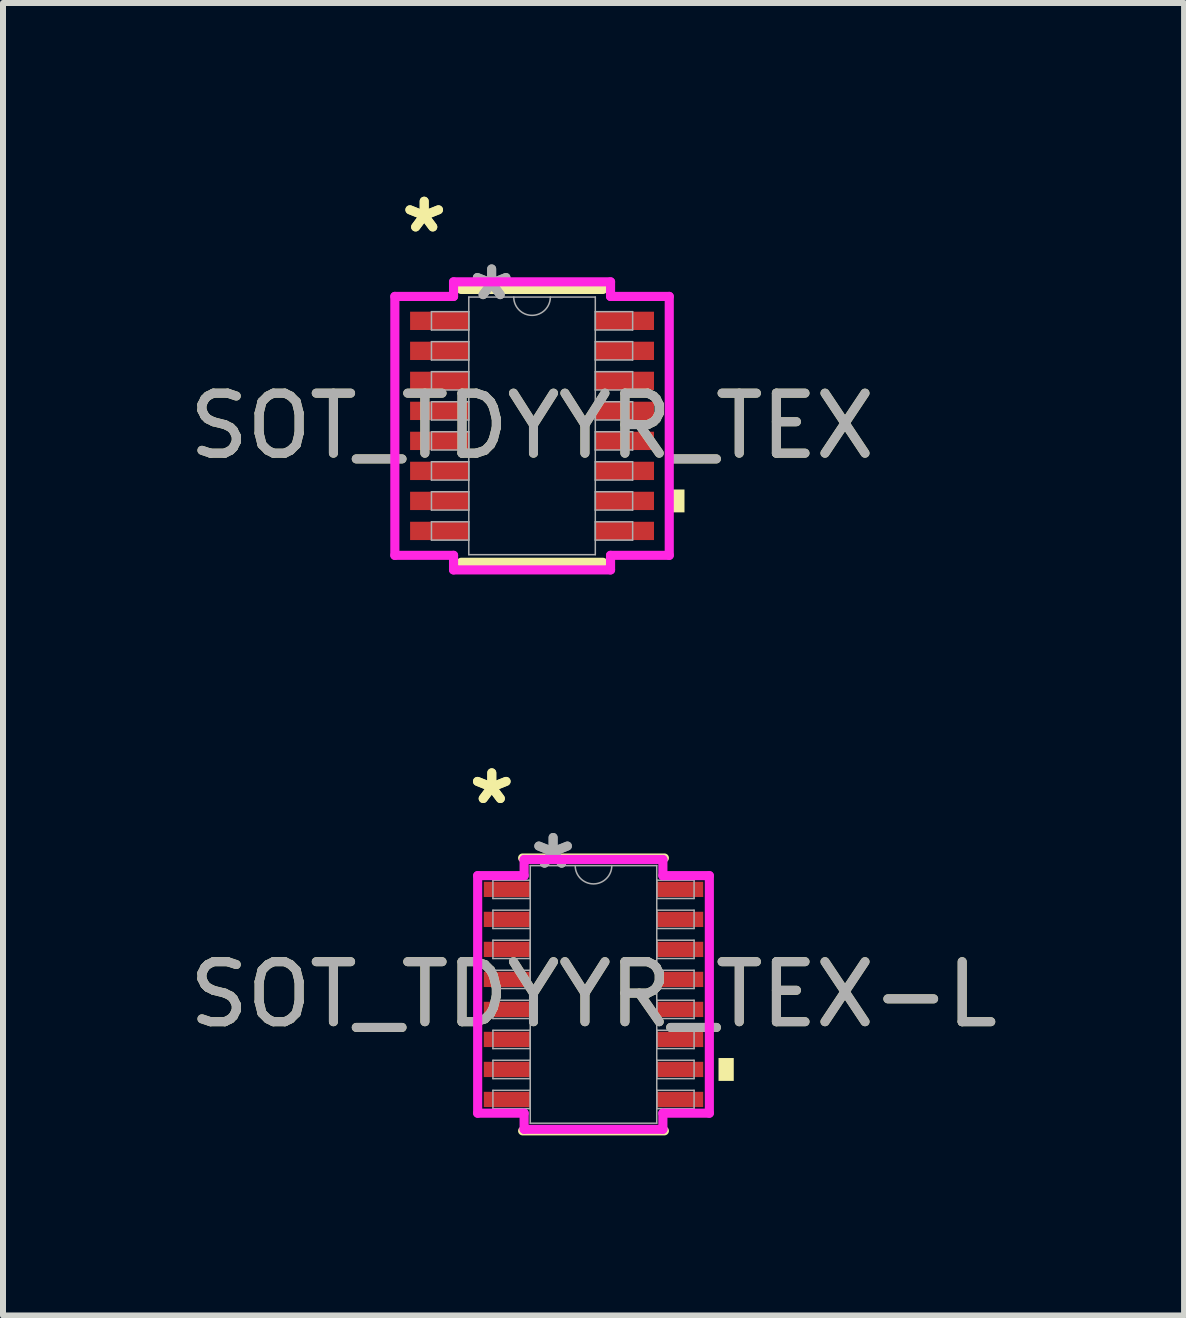
<source format=kicad_pcb>
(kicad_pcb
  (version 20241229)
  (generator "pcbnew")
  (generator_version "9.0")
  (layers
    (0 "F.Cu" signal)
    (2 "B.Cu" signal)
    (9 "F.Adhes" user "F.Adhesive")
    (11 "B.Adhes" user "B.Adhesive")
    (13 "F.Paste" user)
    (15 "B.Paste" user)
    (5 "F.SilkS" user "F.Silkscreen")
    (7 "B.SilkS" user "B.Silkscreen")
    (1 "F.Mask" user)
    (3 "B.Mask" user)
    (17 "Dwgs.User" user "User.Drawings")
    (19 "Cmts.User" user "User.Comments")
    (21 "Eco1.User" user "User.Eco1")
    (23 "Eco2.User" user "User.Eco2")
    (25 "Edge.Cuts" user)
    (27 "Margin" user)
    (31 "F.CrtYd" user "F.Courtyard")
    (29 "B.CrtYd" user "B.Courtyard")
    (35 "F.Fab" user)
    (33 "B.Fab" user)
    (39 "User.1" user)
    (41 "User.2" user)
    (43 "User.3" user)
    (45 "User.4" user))
  (footprint "SOT_TDYYR_TEX"
    (layer "F.Cu")
    (at 5.815 4.046)
    (property "Reference" "SOT_TDYYR_TEX" (at 0 0 0) (unlocked yes) (layer "F.SilkS") (effects (font (size 1 1) (thickness 0.15))))
    (attr smd)
    (fp_line (start -1.181 2.273) (end 1.181 2.273) (stroke (width 0.152) (type solid)) (layer "F.SilkS"))
    (fp_line (start 1.181 -2.273) (end -1.181 -2.273) (stroke (width 0.152) (type solid)) (layer "F.SilkS"))
    (fp_poly (pts (xy 2.54 1.06) (xy 2.54 1.441) (xy 2.286 1.441) (xy 2.286 1.06)) (stroke (width 0) (type solid)) (fill yes) (layer "F.SilkS"))
    (fp_line (start -2.286 -2.157) (end -1.308 -2.157) (stroke (width 0.152) (type solid)) (layer "F.CrtYd"))
    (fp_line (start -2.286 2.157) (end -2.286 -2.157) (stroke (width 0.152) (type solid)) (layer "F.CrtYd"))
    (fp_line (start -2.286 2.157) (end -1.308 2.157) (stroke (width 0.152) (type solid)) (layer "F.CrtYd"))
    (fp_line (start -1.308 -2.4) (end 1.308 -2.4) (stroke (width 0.152) (type solid)) (layer "F.CrtYd"))
    (fp_line (start -1.308 -2.157) (end -1.308 -2.4) (stroke (width 0.152) (type solid)) (layer "F.CrtYd"))
    (fp_line (start -1.308 2.4) (end -1.308 2.157) (stroke (width 0.152) (type solid)) (layer "F.CrtYd"))
    (fp_line (start 1.308 -2.4) (end 1.308 -2.157) (stroke (width 0.152) (type solid)) (layer "F.CrtYd"))
    (fp_line (start 1.308 2.157) (end 1.308 2.4) (stroke (width 0.152) (type solid)) (layer "F.CrtYd"))
    (fp_line (start 1.308 2.4) (end -1.308 2.4) (stroke (width 0.152) (type solid)) (layer "F.CrtYd"))
    (fp_line (start 2.286 -2.157) (end 1.308 -2.157) (stroke (width 0.152) (type solid)) (layer "F.CrtYd"))
    (fp_line (start 2.286 -2.157) (end 2.286 2.157) (stroke (width 0.152) (type solid)) (layer "F.CrtYd"))
    (fp_line (start 2.286 2.157) (end 1.308 2.157) (stroke (width 0.152) (type solid)) (layer "F.CrtYd"))
    (fp_line (start -1.676 -1.903) (end -1.676 -1.598) (stroke (width 0.025) (type solid)) (layer "F.Fab"))
    (fp_line (start -1.676 -1.598) (end -1.054 -1.598) (stroke (width 0.025) (type solid)) (layer "F.Fab"))
    (fp_line (start -1.676 -1.403) (end -1.676 -1.098) (stroke (width 0.025) (type solid)) (layer "F.Fab"))
    (fp_line (start -1.676 -1.098) (end -1.054 -1.098) (stroke (width 0.025) (type solid)) (layer "F.Fab"))
    (fp_line (start -1.676 -0.903) (end -1.676 -0.598) (stroke (width 0.025) (type solid)) (layer "F.Fab"))
    (fp_line (start -1.676 -0.598) (end -1.054 -0.598) (stroke (width 0.025) (type solid)) (layer "F.Fab"))
    (fp_line (start -1.676 -0.402) (end -1.676 -0.098) (stroke (width 0.025) (type solid)) (layer "F.Fab"))
    (fp_line (start -1.676 -0.098) (end -1.054 -0.098) (stroke (width 0.025) (type solid)) (layer "F.Fab"))
    (fp_line (start -1.676 0.098) (end -1.676 0.402) (stroke (width 0.025) (type solid)) (layer "F.Fab"))
    (fp_line (start -1.676 0.402) (end -1.054 0.402) (stroke (width 0.025) (type solid)) (layer "F.Fab"))
    (fp_line (start -1.676 0.598) (end -1.676 0.903) (stroke (width 0.025) (type solid)) (layer "F.Fab"))
    (fp_line (start -1.676 0.903) (end -1.054 0.903) (stroke (width 0.025) (type solid)) (layer "F.Fab"))
    (fp_line (start -1.676 1.098) (end -1.676 1.403) (stroke (width 0.025) (type solid)) (layer "F.Fab"))
    (fp_line (start -1.676 1.403) (end -1.054 1.403) (stroke (width 0.025) (type solid)) (layer "F.Fab"))
    (fp_line (start -1.676 1.598) (end -1.676 1.903) (stroke (width 0.025) (type solid)) (layer "F.Fab"))
    (fp_line (start -1.676 1.903) (end -1.054 1.903) (stroke (width 0.025) (type solid)) (layer "F.Fab"))
    (fp_line (start -1.054 -2.146) (end -1.054 2.146) (stroke (width 0.025) (type solid)) (layer "F.Fab"))
    (fp_line (start -1.054 -1.903) (end -1.676 -1.903) (stroke (width 0.025) (type solid)) (layer "F.Fab"))
    (fp_line (start -1.054 -1.598) (end -1.054 -1.903) (stroke (width 0.025) (type solid)) (layer "F.Fab"))
    (fp_line (start -1.054 -1.403) (end -1.676 -1.403) (stroke (width 0.025) (type solid)) (layer "F.Fab"))
    (fp_line (start -1.054 -1.098) (end -1.054 -1.403) (stroke (width 0.025) (type solid)) (layer "F.Fab"))
    (fp_line (start -1.054 -0.903) (end -1.676 -0.903) (stroke (width 0.025) (type solid)) (layer "F.Fab"))
    (fp_line (start -1.054 -0.598) (end -1.054 -0.903) (stroke (width 0.025) (type solid)) (layer "F.Fab"))
    (fp_line (start -1.054 -0.402) (end -1.676 -0.402) (stroke (width 0.025) (type solid)) (layer "F.Fab"))
    (fp_line (start -1.054 -0.098) (end -1.054 -0.402) (stroke (width 0.025) (type solid)) (layer "F.Fab"))
    (fp_line (start -1.054 0.098) (end -1.676 0.098) (stroke (width 0.025) (type solid)) (layer "F.Fab"))
    (fp_line (start -1.054 0.402) (end -1.054 0.098) (stroke (width 0.025) (type solid)) (layer "F.Fab"))
    (fp_line (start -1.054 0.598) (end -1.676 0.598) (stroke (width 0.025) (type solid)) (layer "F.Fab"))
    (fp_line (start -1.054 0.903) (end -1.054 0.598) (stroke (width 0.025) (type solid)) (layer "F.Fab"))
    (fp_line (start -1.054 1.098) (end -1.676 1.098) (stroke (width 0.025) (type solid)) (layer "F.Fab"))
    (fp_line (start -1.054 1.403) (end -1.054 1.098) (stroke (width 0.025) (type solid)) (layer "F.Fab"))
    (fp_line (start -1.054 1.598) (end -1.676 1.598) (stroke (width 0.025) (type solid)) (layer "F.Fab"))
    (fp_line (start -1.054 1.903) (end -1.054 1.598) (stroke (width 0.025) (type solid)) (layer "F.Fab"))
    (fp_line (start -1.054 2.146) (end 1.054 2.146) (stroke (width 0.025) (type solid)) (layer "F.Fab"))
    (fp_line (start 1.054 -2.146) (end -1.054 -2.146) (stroke (width 0.025) (type solid)) (layer "F.Fab"))
    (fp_line (start 1.054 -1.903) (end 1.054 -1.598) (stroke (width 0.025) (type solid)) (layer "F.Fab"))
    (fp_line (start 1.054 -1.598) (end 1.676 -1.598) (stroke (width 0.025) (type solid)) (layer "F.Fab"))
    (fp_line (start 1.054 -1.403) (end 1.054 -1.098) (stroke (width 0.025) (type solid)) (layer "F.Fab"))
    (fp_line (start 1.054 -1.098) (end 1.676 -1.098) (stroke (width 0.025) (type solid)) (layer "F.Fab"))
    (fp_line (start 1.054 -0.903) (end 1.054 -0.598) (stroke (width 0.025) (type solid)) (layer "F.Fab"))
    (fp_line (start 1.054 -0.598) (end 1.676 -0.598) (stroke (width 0.025) (type solid)) (layer "F.Fab"))
    (fp_line (start 1.054 -0.402) (end 1.054 -0.098) (stroke (width 0.025) (type solid)) (layer "F.Fab"))
    (fp_line (start 1.054 -0.098) (end 1.676 -0.098) (stroke (width 0.025) (type solid)) (layer "F.Fab"))
    (fp_line (start 1.054 0.098) (end 1.054 0.402) (stroke (width 0.025) (type solid)) (layer "F.Fab"))
    (fp_line (start 1.054 0.402) (end 1.676 0.402) (stroke (width 0.025) (type solid)) (layer "F.Fab"))
    (fp_line (start 1.054 0.598) (end 1.054 0.903) (stroke (width 0.025) (type solid)) (layer "F.Fab"))
    (fp_line (start 1.054 0.903) (end 1.676 0.903) (stroke (width 0.025) (type solid)) (layer "F.Fab"))
    (fp_line (start 1.054 1.098) (end 1.054 1.403) (stroke (width 0.025) (type solid)) (layer "F.Fab"))
    (fp_line (start 1.054 1.403) (end 1.676 1.403) (stroke (width 0.025) (type solid)) (layer "F.Fab"))
    (fp_line (start 1.054 1.598) (end 1.054 1.903) (stroke (width 0.025) (type solid)) (layer "F.Fab"))
    (fp_line (start 1.054 1.903) (end 1.676 1.903) (stroke (width 0.025) (type solid)) (layer "F.Fab"))
    (fp_line (start 1.054 2.146) (end 1.054 -2.146) (stroke (width 0.025) (type solid)) (layer "F.Fab"))
    (fp_line (start 1.676 -1.903) (end 1.054 -1.903) (stroke (width 0.025) (type solid)) (layer "F.Fab"))
    (fp_line (start 1.676 -1.598) (end 1.676 -1.903) (stroke (width 0.025) (type solid)) (layer "F.Fab"))
    (fp_line (start 1.676 -1.403) (end 1.054 -1.403) (stroke (width 0.025) (type solid)) (layer "F.Fab"))
    (fp_line (start 1.676 -1.098) (end 1.676 -1.403) (stroke (width 0.025) (type solid)) (layer "F.Fab"))
    (fp_line (start 1.676 -0.903) (end 1.054 -0.903) (stroke (width 0.025) (type solid)) (layer "F.Fab"))
    (fp_line (start 1.676 -0.598) (end 1.676 -0.903) (stroke (width 0.025) (type solid)) (layer "F.Fab"))
    (fp_line (start 1.676 -0.402) (end 1.054 -0.402) (stroke (width 0.025) (type solid)) (layer "F.Fab"))
    (fp_line (start 1.676 -0.098) (end 1.676 -0.402) (stroke (width 0.025) (type solid)) (layer "F.Fab"))
    (fp_line (start 1.676 0.098) (end 1.054 0.098) (stroke (width 0.025) (type solid)) (layer "F.Fab"))
    (fp_line (start 1.676 0.402) (end 1.676 0.098) (stroke (width 0.025) (type solid)) (layer "F.Fab"))
    (fp_line (start 1.676 0.598) (end 1.054 0.598) (stroke (width 0.025) (type solid)) (layer "F.Fab"))
    (fp_line (start 1.676 0.903) (end 1.676 0.598) (stroke (width 0.025) (type solid)) (layer "F.Fab"))
    (fp_line (start 1.676 1.098) (end 1.054 1.098) (stroke (width 0.025) (type solid)) (layer "F.Fab"))
    (fp_line (start 1.676 1.403) (end 1.676 1.098) (stroke (width 0.025) (type solid)) (layer "F.Fab"))
    (fp_line (start 1.676 1.598) (end 1.054 1.598) (stroke (width 0.025) (type solid)) (layer "F.Fab"))
    (fp_line (start 1.676 1.903) (end 1.676 1.598) (stroke (width 0.025) (type solid)) (layer "F.Fab"))
    (fp_arc (start 0.3048 -2.1463) (mid 0 -1.8415) (end -0.3048 -2.1463) (stroke (width 0.0254) (type solid)) (layer "F.Fab"))
    (fp_text user "*" (at -1.797 -3.198 0) (layer "F.SilkS") (effects (font (size 1 1) (thickness 0.15))))
    (fp_text user "*" (at -1.797 -3.198 0) (unlocked yes) (layer "F.SilkS") (effects (font (size 1 1) (thickness 0.15))))
    (fp_text user "*" (at -0.673 -2.07 0) (layer "F.Fab") (effects (font (size 1 1) (thickness 0.15))))
    (fp_text user "*" (at -0.673 -2.07 0) (unlocked yes) (layer "F.Fab") (effects (font (size 1 1) (thickness 0.15))))
    (fp_text user "${REFERENCE}" (at 0 0 0) (unlocked yes) (layer "F.Fab") (effects (font (size 1 1) (thickness 0.15))))
    (pad "1" smd rect (at -1.543 -1.75) (size 0.978 0.305) (layers "F.Cu" "F.Mask" "F.Paste"))
    (pad "2" smd rect (at -1.543 -1.25) (size 0.978 0.305) (layers "F.Cu" "F.Mask" "F.Paste"))
    (pad "3" smd rect (at -1.543 -0.75) (size 0.978 0.305) (layers "F.Cu" "F.Mask" "F.Paste"))
    (pad "4" smd rect (at -1.543 -0.25) (size 0.978 0.305) (layers "F.Cu" "F.Mask" "F.Paste"))
    (pad "5" smd rect (at -1.543 0.25) (size 0.978 0.305) (layers "F.Cu" "F.Mask" "F.Paste"))
    (pad "6" smd rect (at -1.543 0.75) (size 0.978 0.305) (layers "F.Cu" "F.Mask" "F.Paste"))
    (pad "7" smd rect (at -1.543 1.25) (size 0.978 0.305) (layers "F.Cu" "F.Mask" "F.Paste"))
    (pad "8" smd rect (at -1.543 1.75) (size 0.978 0.305) (layers "F.Cu" "F.Mask" "F.Paste"))
    (pad "9" smd rect (at 1.543 1.75) (size 0.978 0.305) (layers "F.Cu" "F.Mask" "F.Paste"))
    (pad "10" smd rect (at 1.543 1.25) (size 0.978 0.305) (layers "F.Cu" "F.Mask" "F.Paste"))
    (pad "11" smd rect (at 1.543 0.75) (size 0.978 0.305) (layers "F.Cu" "F.Mask" "F.Paste"))
    (pad "12" smd rect (at 1.543 0.25) (size 0.978 0.305) (layers "F.Cu" "F.Mask" "F.Paste"))
    (pad "13" smd rect (at 1.543 -0.25) (size 0.978 0.305) (layers "F.Cu" "F.Mask" "F.Paste"))
    (pad "14" smd rect (at 1.543 -0.75) (size 0.978 0.305) (layers "F.Cu" "F.Mask" "F.Paste"))
    (pad "15" smd rect (at 1.543 -1.25) (size 0.978 0.305) (layers "F.Cu" "F.Mask" "F.Paste"))
    (pad "16" smd rect (at 1.543 -1.75) (size 0.978 0.305) (layers "F.Cu" "F.Mask" "F.Paste")))
  (footprint "SOT_TDYYR_TEX-L"
    (layer "F.Cu")
    (at 6.839 13.519)
    (property "Reference" "SOT_TDYYR_TEX-L" (at 0 0 0) (unlocked yes) (layer "F.SilkS") (effects (font (size 1 1) (thickness 0.15))))
    (attr smd)
    (fp_line (start -1.181 2.273) (end 1.181 2.273) (stroke (width 0.152) (type solid)) (layer "F.SilkS"))
    (fp_line (start 1.181 -2.273) (end -1.181 -2.273) (stroke (width 0.152) (type solid)) (layer "F.SilkS"))
    (fp_poly (pts (xy 2.337 1.06) (xy 2.337 1.441) (xy 2.083 1.441) (xy 2.083 1.06)) (stroke (width 0) (type solid)) (fill yes) (layer "F.SilkS"))
    (fp_line (start -1.93 -1.979) (end -1.156 -1.979) (stroke (width 0.152) (type solid)) (layer "F.CrtYd"))
    (fp_line (start -1.93 1.979) (end -1.93 -1.979) (stroke (width 0.152) (type solid)) (layer "F.CrtYd"))
    (fp_line (start -1.93 1.979) (end -1.156 1.979) (stroke (width 0.152) (type solid)) (layer "F.CrtYd"))
    (fp_line (start -1.156 -2.248) (end 1.156 -2.248) (stroke (width 0.152) (type solid)) (layer "F.CrtYd"))
    (fp_line (start -1.156 -1.979) (end -1.156 -2.248) (stroke (width 0.152) (type solid)) (layer "F.CrtYd"))
    (fp_line (start -1.156 2.248) (end -1.156 1.979) (stroke (width 0.152) (type solid)) (layer "F.CrtYd"))
    (fp_line (start 1.156 -2.248) (end 1.156 -1.979) (stroke (width 0.152) (type solid)) (layer "F.CrtYd"))
    (fp_line (start 1.156 1.979) (end 1.156 2.248) (stroke (width 0.152) (type solid)) (layer "F.CrtYd"))
    (fp_line (start 1.156 2.248) (end -1.156 2.248) (stroke (width 0.152) (type solid)) (layer "F.CrtYd"))
    (fp_line (start 1.93 -1.979) (end 1.156 -1.979) (stroke (width 0.152) (type solid)) (layer "F.CrtYd"))
    (fp_line (start 1.93 -1.979) (end 1.93 1.979) (stroke (width 0.152) (type solid)) (layer "F.CrtYd"))
    (fp_line (start 1.93 1.979) (end 1.156 1.979) (stroke (width 0.152) (type solid)) (layer "F.CrtYd"))
    (fp_line (start -1.676 -1.903) (end -1.676 -1.598) (stroke (width 0.025) (type solid)) (layer "F.Fab"))
    (fp_line (start -1.676 -1.598) (end -1.054 -1.598) (stroke (width 0.025) (type solid)) (layer "F.Fab"))
    (fp_line (start -1.676 -1.403) (end -1.676 -1.098) (stroke (width 0.025) (type solid)) (layer "F.Fab"))
    (fp_line (start -1.676 -1.098) (end -1.054 -1.098) (stroke (width 0.025) (type solid)) (layer "F.Fab"))
    (fp_line (start -1.676 -0.903) (end -1.676 -0.598) (stroke (width 0.025) (type solid)) (layer "F.Fab"))
    (fp_line (start -1.676 -0.598) (end -1.054 -0.598) (stroke (width 0.025) (type solid)) (layer "F.Fab"))
    (fp_line (start -1.676 -0.402) (end -1.676 -0.098) (stroke (width 0.025) (type solid)) (layer "F.Fab"))
    (fp_line (start -1.676 -0.098) (end -1.054 -0.098) (stroke (width 0.025) (type solid)) (layer "F.Fab"))
    (fp_line (start -1.676 0.098) (end -1.676 0.402) (stroke (width 0.025) (type solid)) (layer "F.Fab"))
    (fp_line (start -1.676 0.402) (end -1.054 0.402) (stroke (width 0.025) (type solid)) (layer "F.Fab"))
    (fp_line (start -1.676 0.598) (end -1.676 0.903) (stroke (width 0.025) (type solid)) (layer "F.Fab"))
    (fp_line (start -1.676 0.903) (end -1.054 0.903) (stroke (width 0.025) (type solid)) (layer "F.Fab"))
    (fp_line (start -1.676 1.098) (end -1.676 1.403) (stroke (width 0.025) (type solid)) (layer "F.Fab"))
    (fp_line (start -1.676 1.403) (end -1.054 1.403) (stroke (width 0.025) (type solid)) (layer "F.Fab"))
    (fp_line (start -1.676 1.598) (end -1.676 1.903) (stroke (width 0.025) (type solid)) (layer "F.Fab"))
    (fp_line (start -1.676 1.903) (end -1.054 1.903) (stroke (width 0.025) (type solid)) (layer "F.Fab"))
    (fp_line (start -1.054 -2.146) (end -1.054 2.146) (stroke (width 0.025) (type solid)) (layer "F.Fab"))
    (fp_line (start -1.054 -1.903) (end -1.676 -1.903) (stroke (width 0.025) (type solid)) (layer "F.Fab"))
    (fp_line (start -1.054 -1.598) (end -1.054 -1.903) (stroke (width 0.025) (type solid)) (layer "F.Fab"))
    (fp_line (start -1.054 -1.403) (end -1.676 -1.403) (stroke (width 0.025) (type solid)) (layer "F.Fab"))
    (fp_line (start -1.054 -1.098) (end -1.054 -1.403) (stroke (width 0.025) (type solid)) (layer "F.Fab"))
    (fp_line (start -1.054 -0.903) (end -1.676 -0.903) (stroke (width 0.025) (type solid)) (layer "F.Fab"))
    (fp_line (start -1.054 -0.598) (end -1.054 -0.903) (stroke (width 0.025) (type solid)) (layer "F.Fab"))
    (fp_line (start -1.054 -0.402) (end -1.676 -0.402) (stroke (width 0.025) (type solid)) (layer "F.Fab"))
    (fp_line (start -1.054 -0.098) (end -1.054 -0.402) (stroke (width 0.025) (type solid)) (layer "F.Fab"))
    (fp_line (start -1.054 0.098) (end -1.676 0.098) (stroke (width 0.025) (type solid)) (layer "F.Fab"))
    (fp_line (start -1.054 0.402) (end -1.054 0.098) (stroke (width 0.025) (type solid)) (layer "F.Fab"))
    (fp_line (start -1.054 0.598) (end -1.676 0.598) (stroke (width 0.025) (type solid)) (layer "F.Fab"))
    (fp_line (start -1.054 0.903) (end -1.054 0.598) (stroke (width 0.025) (type solid)) (layer "F.Fab"))
    (fp_line (start -1.054 1.098) (end -1.676 1.098) (stroke (width 0.025) (type solid)) (layer "F.Fab"))
    (fp_line (start -1.054 1.403) (end -1.054 1.098) (stroke (width 0.025) (type solid)) (layer "F.Fab"))
    (fp_line (start -1.054 1.598) (end -1.676 1.598) (stroke (width 0.025) (type solid)) (layer "F.Fab"))
    (fp_line (start -1.054 1.903) (end -1.054 1.598) (stroke (width 0.025) (type solid)) (layer "F.Fab"))
    (fp_line (start -1.054 2.146) (end 1.054 2.146) (stroke (width 0.025) (type solid)) (layer "F.Fab"))
    (fp_line (start 1.054 -2.146) (end -1.054 -2.146) (stroke (width 0.025) (type solid)) (layer "F.Fab"))
    (fp_line (start 1.054 -1.903) (end 1.054 -1.598) (stroke (width 0.025) (type solid)) (layer "F.Fab"))
    (fp_line (start 1.054 -1.598) (end 1.676 -1.598) (stroke (width 0.025) (type solid)) (layer "F.Fab"))
    (fp_line (start 1.054 -1.403) (end 1.054 -1.098) (stroke (width 0.025) (type solid)) (layer "F.Fab"))
    (fp_line (start 1.054 -1.098) (end 1.676 -1.098) (stroke (width 0.025) (type solid)) (layer "F.Fab"))
    (fp_line (start 1.054 -0.903) (end 1.054 -0.598) (stroke (width 0.025) (type solid)) (layer "F.Fab"))
    (fp_line (start 1.054 -0.598) (end 1.676 -0.598) (stroke (width 0.025) (type solid)) (layer "F.Fab"))
    (fp_line (start 1.054 -0.402) (end 1.054 -0.098) (stroke (width 0.025) (type solid)) (layer "F.Fab"))
    (fp_line (start 1.054 -0.098) (end 1.676 -0.098) (stroke (width 0.025) (type solid)) (layer "F.Fab"))
    (fp_line (start 1.054 0.098) (end 1.054 0.402) (stroke (width 0.025) (type solid)) (layer "F.Fab"))
    (fp_line (start 1.054 0.402) (end 1.676 0.402) (stroke (width 0.025) (type solid)) (layer "F.Fab"))
    (fp_line (start 1.054 0.598) (end 1.054 0.903) (stroke (width 0.025) (type solid)) (layer "F.Fab"))
    (fp_line (start 1.054 0.903) (end 1.676 0.903) (stroke (width 0.025) (type solid)) (layer "F.Fab"))
    (fp_line (start 1.054 1.098) (end 1.054 1.403) (stroke (width 0.025) (type solid)) (layer "F.Fab"))
    (fp_line (start 1.054 1.403) (end 1.676 1.403) (stroke (width 0.025) (type solid)) (layer "F.Fab"))
    (fp_line (start 1.054 1.598) (end 1.054 1.903) (stroke (width 0.025) (type solid)) (layer "F.Fab"))
    (fp_line (start 1.054 1.903) (end 1.676 1.903) (stroke (width 0.025) (type solid)) (layer "F.Fab"))
    (fp_line (start 1.054 2.146) (end 1.054 -2.146) (stroke (width 0.025) (type solid)) (layer "F.Fab"))
    (fp_line (start 1.676 -1.903) (end 1.054 -1.903) (stroke (width 0.025) (type solid)) (layer "F.Fab"))
    (fp_line (start 1.676 -1.598) (end 1.676 -1.903) (stroke (width 0.025) (type solid)) (layer "F.Fab"))
    (fp_line (start 1.676 -1.403) (end 1.054 -1.403) (stroke (width 0.025) (type solid)) (layer "F.Fab"))
    (fp_line (start 1.676 -1.098) (end 1.676 -1.403) (stroke (width 0.025) (type solid)) (layer "F.Fab"))
    (fp_line (start 1.676 -0.903) (end 1.054 -0.903) (stroke (width 0.025) (type solid)) (layer "F.Fab"))
    (fp_line (start 1.676 -0.598) (end 1.676 -0.903) (stroke (width 0.025) (type solid)) (layer "F.Fab"))
    (fp_line (start 1.676 -0.402) (end 1.054 -0.402) (stroke (width 0.025) (type solid)) (layer "F.Fab"))
    (fp_line (start 1.676 -0.098) (end 1.676 -0.402) (stroke (width 0.025) (type solid)) (layer "F.Fab"))
    (fp_line (start 1.676 0.098) (end 1.054 0.098) (stroke (width 0.025) (type solid)) (layer "F.Fab"))
    (fp_line (start 1.676 0.402) (end 1.676 0.098) (stroke (width 0.025) (type solid)) (layer "F.Fab"))
    (fp_line (start 1.676 0.598) (end 1.054 0.598) (stroke (width 0.025) (type solid)) (layer "F.Fab"))
    (fp_line (start 1.676 0.903) (end 1.676 0.598) (stroke (width 0.025) (type solid)) (layer "F.Fab"))
    (fp_line (start 1.676 1.098) (end 1.054 1.098) (stroke (width 0.025) (type solid)) (layer "F.Fab"))
    (fp_line (start 1.676 1.403) (end 1.676 1.098) (stroke (width 0.025) (type solid)) (layer "F.Fab"))
    (fp_line (start 1.676 1.598) (end 1.054 1.598) (stroke (width 0.025) (type solid)) (layer "F.Fab"))
    (fp_line (start 1.676 1.903) (end 1.676 1.598) (stroke (width 0.025) (type solid)) (layer "F.Fab"))
    (fp_arc (start 0.3048 -2.1463) (mid 0 -1.8415) (end -0.3048 -2.1463) (stroke (width 0.0254) (type solid)) (layer "F.Fab"))
    (fp_text user "*" (at -1.695 -3.147 0) (unlocked yes) (layer "F.SilkS") (effects (font (size 1 1) (thickness 0.15))))
    (fp_text user "*" (at -1.695 -3.147 0) (layer "F.SilkS") (effects (font (size 1 1) (thickness 0.15))))
    (fp_text user "*" (at -0.673 -2.07 0) (unlocked yes) (layer "F.Fab") (effects (font (size 1 1) (thickness 0.15))))
    (fp_text user "${REFERENCE}" (at 0 0 0) (unlocked yes) (layer "F.Fab") (effects (font (size 1 1) (thickness 0.15))))
    (fp_text user "*" (at -0.673 -2.07 0) (layer "F.Fab") (effects (font (size 1 1) (thickness 0.15))))
    (pad "1" smd rect (at -1.441 -1.75) (size 0.775 0.254) (layers "F.Cu" "F.Mask" "F.Paste"))
    (pad "2" smd rect (at -1.441 -1.25) (size 0.775 0.254) (layers "F.Cu" "F.Mask" "F.Paste"))
    (pad "3" smd rect (at -1.441 -0.75) (size 0.775 0.254) (layers "F.Cu" "F.Mask" "F.Paste"))
    (pad "4" smd rect (at -1.441 -0.25) (size 0.775 0.254) (layers "F.Cu" "F.Mask" "F.Paste"))
    (pad "5" smd rect (at -1.441 0.25) (size 0.775 0.254) (layers "F.Cu" "F.Mask" "F.Paste"))
    (pad "6" smd rect (at -1.441 0.75) (size 0.775 0.254) (layers "F.Cu" "F.Mask" "F.Paste"))
    (pad "7" smd rect (at -1.441 1.25) (size 0.775 0.254) (layers "F.Cu" "F.Mask" "F.Paste"))
    (pad "8" smd rect (at -1.441 1.75) (size 0.775 0.254) (layers "F.Cu" "F.Mask" "F.Paste"))
    (pad "9" smd rect (at 1.441 1.75) (size 0.775 0.254) (layers "F.Cu" "F.Mask" "F.Paste"))
    (pad "10" smd rect (at 1.441 1.25) (size 0.775 0.254) (layers "F.Cu" "F.Mask" "F.Paste"))
    (pad "11" smd rect (at 1.441 0.75) (size 0.775 0.254) (layers "F.Cu" "F.Mask" "F.Paste"))
    (pad "12" smd rect (at 1.441 0.25) (size 0.775 0.254) (layers "F.Cu" "F.Mask" "F.Paste"))
    (pad "13" smd rect (at 1.441 -0.25) (size 0.775 0.254) (layers "F.Cu" "F.Mask" "F.Paste"))
    (pad "14" smd rect (at 1.441 -0.75) (size 0.775 0.254) (layers "F.Cu" "F.Mask" "F.Paste"))
    (pad "15" smd rect (at 1.441 -1.25) (size 0.775 0.254) (layers "F.Cu" "F.Mask" "F.Paste"))
    (pad "16" smd rect (at 1.441 -1.75) (size 0.775 0.254) (layers "F.Cu" "F.Mask" "F.Paste")))
  (gr_rect
    (start -3 -3)
    (end 16.679 18.868)
    (stroke (width 0.1) (type default))
    (fill no)
    (layer "Edge.Cuts")))
</source>
